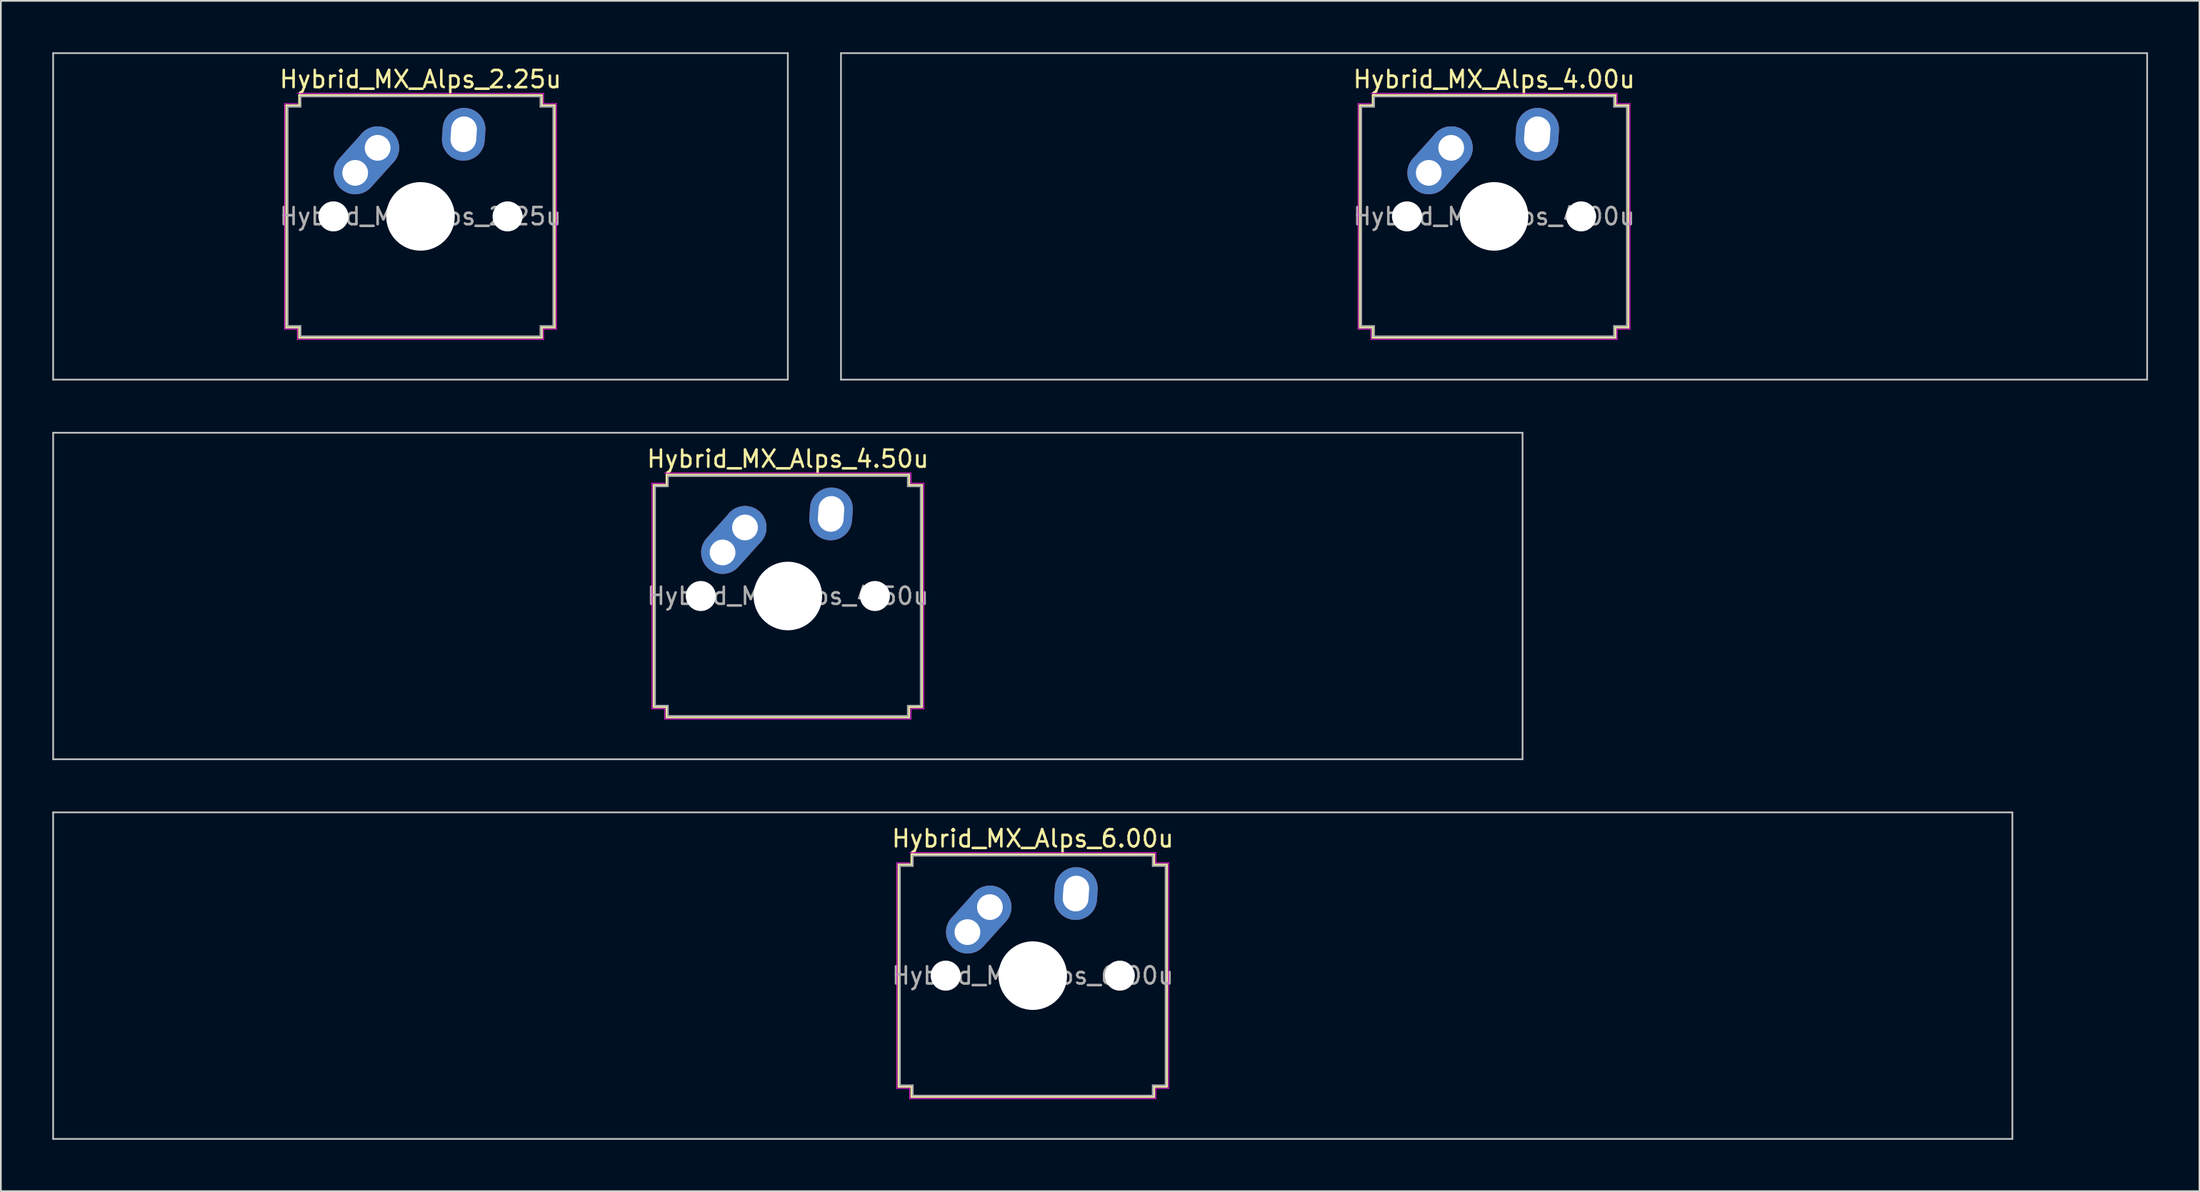
<source format=kicad_pcb>
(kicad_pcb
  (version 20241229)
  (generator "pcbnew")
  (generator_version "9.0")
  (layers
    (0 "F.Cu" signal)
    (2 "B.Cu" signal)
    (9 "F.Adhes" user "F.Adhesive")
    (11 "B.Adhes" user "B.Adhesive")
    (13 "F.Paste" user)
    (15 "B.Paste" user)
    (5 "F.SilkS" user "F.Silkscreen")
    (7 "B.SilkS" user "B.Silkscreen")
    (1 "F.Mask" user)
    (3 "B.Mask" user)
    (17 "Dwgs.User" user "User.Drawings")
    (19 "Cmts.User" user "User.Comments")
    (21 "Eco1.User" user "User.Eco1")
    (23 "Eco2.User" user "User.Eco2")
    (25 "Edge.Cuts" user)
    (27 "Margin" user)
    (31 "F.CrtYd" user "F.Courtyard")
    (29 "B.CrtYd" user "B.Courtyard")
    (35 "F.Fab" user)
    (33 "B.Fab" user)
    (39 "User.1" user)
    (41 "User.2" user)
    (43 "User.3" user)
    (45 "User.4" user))
  (footprint "Hybrid_MX_Alps_4.00u"
    (layer "F.Cu")
    (at 84.112 9.575)
    (property "Reference" "Hybrid_MX_Alps_4.00u" (at 0 -8 0) (layer "F.SilkS") (effects (font (size 1 1) (thickness 0.15))))
    (attr through_hole)
    (fp_line (start -7.821 -6.471) (end -7.071 -6.471) (stroke (width 0.12) (type solid)) (layer "F.SilkS"))
    (fp_line (start -7.821 6.471) (end -7.821 -6.471) (stroke (width 0.12) (type solid)) (layer "F.SilkS"))
    (fp_line (start -7.071 -7.071) (end 7.071 -7.071) (stroke (width 0.12) (type solid)) (layer "F.SilkS"))
    (fp_line (start -7.071 -6.471) (end -7.071 -7.071) (stroke (width 0.12) (type solid)) (layer "F.SilkS"))
    (fp_line (start -7.071 6.471) (end -7.821 6.471) (stroke (width 0.12) (type solid)) (layer "F.SilkS"))
    (fp_line (start -7.071 7.071) (end -7.071 6.471) (stroke (width 0.12) (type solid)) (layer "F.SilkS"))
    (fp_line (start 7.071 -7.071) (end 7.071 -6.471) (stroke (width 0.12) (type solid)) (layer "F.SilkS"))
    (fp_line (start 7.071 -6.471) (end 7.821 -6.471) (stroke (width 0.12) (type solid)) (layer "F.SilkS"))
    (fp_line (start 7.071 6.471) (end 7.071 7.071) (stroke (width 0.12) (type solid)) (layer "F.SilkS"))
    (fp_line (start 7.071 7.071) (end -7.071 7.071) (stroke (width 0.12) (type solid)) (layer "F.SilkS"))
    (fp_line (start 7.821 -6.471) (end 7.821 6.471) (stroke (width 0.12) (type solid)) (layer "F.SilkS"))
    (fp_line (start 7.821 6.471) (end 7.071 6.471) (stroke (width 0.12) (type solid)) (layer "F.SilkS"))
    (fp_line (start -38.1 -9.525) (end -38.1 9.525) (stroke (width 0.1) (type solid)) (layer "Dwgs.User"))
    (fp_line (start -38.1 9.525) (end 38.1 9.525) (stroke (width 0.1) (type solid)) (layer "Dwgs.User"))
    (fp_line (start 38.1 -9.525) (end -38.1 -9.525) (stroke (width 0.1) (type solid)) (layer "Dwgs.User"))
    (fp_line (start 38.1 9.525) (end 38.1 -9.525) (stroke (width 0.1) (type solid)) (layer "Dwgs.User"))
    (fp_line (start -7.927 -6.577) (end -7.177 -6.577) (stroke (width 0.05) (type solid)) (layer "F.CrtYd"))
    (fp_line (start -7.927 6.577) (end -7.927 -6.577) (stroke (width 0.05) (type solid)) (layer "F.CrtYd"))
    (fp_line (start -7.177 -7.177) (end 7.177 -7.177) (stroke (width 0.05) (type solid)) (layer "F.CrtYd"))
    (fp_line (start -7.177 6.577) (end -7.927 6.577) (stroke (width 0.05) (type solid)) (layer "F.CrtYd"))
    (fp_line (start -7.177 7.177) (end -7.177 6.577) (stroke (width 0.05) (type solid)) (layer "F.CrtYd"))
    (fp_line (start 7.177 -7.177) (end 7.177 -6.577) (stroke (width 0.05) (type solid)) (layer "F.CrtYd"))
    (fp_line (start 7.177 -6.577) (end 7.927 -6.577) (stroke (width 0.05) (type solid)) (layer "F.CrtYd"))
    (fp_line (start 7.177 6.577) (end 7.177 7.177) (stroke (width 0.05) (type solid)) (layer "F.CrtYd"))
    (fp_line (start 7.177 7.177) (end -7.177 7.177) (stroke (width 0.05) (type solid)) (layer "F.CrtYd"))
    (fp_line (start 7.927 -6.577) (end 7.927 6.577) (stroke (width 0.05) (type solid)) (layer "F.CrtYd"))
    (fp_line (start 7.927 6.577) (end 7.177 6.577) (stroke (width 0.05) (type solid)) (layer "F.CrtYd"))
    (fp_line (start -7.75 -6.4) (end -7 -6.4) (stroke (width 0.1) (type solid)) (layer "F.Fab"))
    (fp_line (start -7.75 6.4) (end -7.75 -6.4) (stroke (width 0.1) (type solid)) (layer "F.Fab"))
    (fp_line (start -7 -7) (end 7 -7) (stroke (width 0.1) (type solid)) (layer "F.Fab"))
    (fp_line (start -7 -6.4) (end -7 -7) (stroke (width 0.1) (type solid)) (layer "F.Fab"))
    (fp_line (start -7 6.4) (end -7.75 6.4) (stroke (width 0.1) (type solid)) (layer "F.Fab"))
    (fp_line (start -7 7) (end -7 6.4) (stroke (width 0.1) (type solid)) (layer "F.Fab"))
    (fp_line (start 7 -7) (end 7 -6.4) (stroke (width 0.1) (type solid)) (layer "F.Fab"))
    (fp_line (start 7 -6.4) (end 7.75 -6.4) (stroke (width 0.1) (type solid)) (layer "F.Fab"))
    (fp_line (start 7 6.4) (end 7 7) (stroke (width 0.1) (type solid)) (layer "F.Fab"))
    (fp_line (start 7 7) (end -7 7) (stroke (width 0.1) (type solid)) (layer "F.Fab"))
    (fp_line (start 7.75 -6.4) (end 7.75 6.4) (stroke (width 0.1) (type solid)) (layer "F.Fab"))
    (fp_line (start 7.75 6.4) (end 7 6.4) (stroke (width 0.1) (type solid)) (layer "F.Fab"))
    (fp_text user "${REFERENCE}" (at 0 0 0) (layer "F.Fab") (effects (font (size 1 1) (thickness 0.15))))
    (pad "" np_thru_hole circle (at -5.08 0) (size 1.75 1.75) (drill 1.75) (layers "*.Cu" "*.Mask"))
    (pad "" np_thru_hole circle (at 0 0) (size 4 4) (drill 4) (layers "*.Cu" "*.Mask"))
    (pad "" np_thru_hole circle (at 5.08 0) (size 1.75 1.75) (drill 1.75) (layers "*.Cu" "*.Mask"))
    (pad "1" thru_hole oval (at -3.81 -2.54 48) (size 4.462 2.5) (drill 1.5 (offset 0.981 0)) (layers "*.Cu" "*.Mask"))
    (pad "1" thru_hole circle (at -2.5 -4) (size 2.5 2.5) (drill 1.5) (layers "*.Cu" "*.Mask"))
    (pad "2" thru_hole oval (at 2.52 -4.79 86) (size 3.081 2.5) (drill oval 2.081 1.5) (layers "*.Cu" "*.Mask")))
  (footprint "Hybrid_MX_Alps_4.50u"
    (layer "F.Cu")
    (at 42.913 31.725)
    (property "Reference" "Hybrid_MX_Alps_4.50u" (at 0 -8 0) (layer "F.SilkS") (effects (font (size 1 1) (thickness 0.15))))
    (attr through_hole)
    (fp_line (start -7.821 -6.471) (end -7.071 -6.471) (stroke (width 0.12) (type solid)) (layer "F.SilkS"))
    (fp_line (start -7.821 6.471) (end -7.821 -6.471) (stroke (width 0.12) (type solid)) (layer "F.SilkS"))
    (fp_line (start -7.071 -7.071) (end 7.071 -7.071) (stroke (width 0.12) (type solid)) (layer "F.SilkS"))
    (fp_line (start -7.071 -6.471) (end -7.071 -7.071) (stroke (width 0.12) (type solid)) (layer "F.SilkS"))
    (fp_line (start -7.071 6.471) (end -7.821 6.471) (stroke (width 0.12) (type solid)) (layer "F.SilkS"))
    (fp_line (start -7.071 7.071) (end -7.071 6.471) (stroke (width 0.12) (type solid)) (layer "F.SilkS"))
    (fp_line (start 7.071 -7.071) (end 7.071 -6.471) (stroke (width 0.12) (type solid)) (layer "F.SilkS"))
    (fp_line (start 7.071 -6.471) (end 7.821 -6.471) (stroke (width 0.12) (type solid)) (layer "F.SilkS"))
    (fp_line (start 7.071 6.471) (end 7.071 7.071) (stroke (width 0.12) (type solid)) (layer "F.SilkS"))
    (fp_line (start 7.071 7.071) (end -7.071 7.071) (stroke (width 0.12) (type solid)) (layer "F.SilkS"))
    (fp_line (start 7.821 -6.471) (end 7.821 6.471) (stroke (width 0.12) (type solid)) (layer "F.SilkS"))
    (fp_line (start 7.821 6.471) (end 7.071 6.471) (stroke (width 0.12) (type solid)) (layer "F.SilkS"))
    (fp_line (start -42.862 -9.525) (end -42.862 9.525) (stroke (width 0.1) (type solid)) (layer "Dwgs.User"))
    (fp_line (start -42.862 9.525) (end 42.862 9.525) (stroke (width 0.1) (type solid)) (layer "Dwgs.User"))
    (fp_line (start 42.862 -9.525) (end -42.862 -9.525) (stroke (width 0.1) (type solid)) (layer "Dwgs.User"))
    (fp_line (start 42.862 9.525) (end 42.862 -9.525) (stroke (width 0.1) (type solid)) (layer "Dwgs.User"))
    (fp_line (start -7.927 -6.577) (end -7.177 -6.577) (stroke (width 0.05) (type solid)) (layer "F.CrtYd"))
    (fp_line (start -7.927 6.577) (end -7.927 -6.577) (stroke (width 0.05) (type solid)) (layer "F.CrtYd"))
    (fp_line (start -7.177 -7.177) (end 7.177 -7.177) (stroke (width 0.05) (type solid)) (layer "F.CrtYd"))
    (fp_line (start -7.177 6.577) (end -7.927 6.577) (stroke (width 0.05) (type solid)) (layer "F.CrtYd"))
    (fp_line (start -7.177 7.177) (end -7.177 6.577) (stroke (width 0.05) (type solid)) (layer "F.CrtYd"))
    (fp_line (start 7.177 -7.177) (end 7.177 -6.577) (stroke (width 0.05) (type solid)) (layer "F.CrtYd"))
    (fp_line (start 7.177 -6.577) (end 7.927 -6.577) (stroke (width 0.05) (type solid)) (layer "F.CrtYd"))
    (fp_line (start 7.177 6.577) (end 7.177 7.177) (stroke (width 0.05) (type solid)) (layer "F.CrtYd"))
    (fp_line (start 7.177 7.177) (end -7.177 7.177) (stroke (width 0.05) (type solid)) (layer "F.CrtYd"))
    (fp_line (start 7.927 -6.577) (end 7.927 6.577) (stroke (width 0.05) (type solid)) (layer "F.CrtYd"))
    (fp_line (start 7.927 6.577) (end 7.177 6.577) (stroke (width 0.05) (type solid)) (layer "F.CrtYd"))
    (fp_line (start -7.75 -6.4) (end -7 -6.4) (stroke (width 0.1) (type solid)) (layer "F.Fab"))
    (fp_line (start -7.75 6.4) (end -7.75 -6.4) (stroke (width 0.1) (type solid)) (layer "F.Fab"))
    (fp_line (start -7 -7) (end 7 -7) (stroke (width 0.1) (type solid)) (layer "F.Fab"))
    (fp_line (start -7 -6.4) (end -7 -7) (stroke (width 0.1) (type solid)) (layer "F.Fab"))
    (fp_line (start -7 6.4) (end -7.75 6.4) (stroke (width 0.1) (type solid)) (layer "F.Fab"))
    (fp_line (start -7 7) (end -7 6.4) (stroke (width 0.1) (type solid)) (layer "F.Fab"))
    (fp_line (start 7 -7) (end 7 -6.4) (stroke (width 0.1) (type solid)) (layer "F.Fab"))
    (fp_line (start 7 -6.4) (end 7.75 -6.4) (stroke (width 0.1) (type solid)) (layer "F.Fab"))
    (fp_line (start 7 6.4) (end 7 7) (stroke (width 0.1) (type solid)) (layer "F.Fab"))
    (fp_line (start 7 7) (end -7 7) (stroke (width 0.1) (type solid)) (layer "F.Fab"))
    (fp_line (start 7.75 -6.4) (end 7.75 6.4) (stroke (width 0.1) (type solid)) (layer "F.Fab"))
    (fp_line (start 7.75 6.4) (end 7 6.4) (stroke (width 0.1) (type solid)) (layer "F.Fab"))
    (fp_text user "${REFERENCE}" (at 0 0 0) (layer "F.Fab") (effects (font (size 1 1) (thickness 0.15))))
    (pad "" np_thru_hole circle (at -5.08 0) (size 1.75 1.75) (drill 1.75) (layers "*.Cu" "*.Mask"))
    (pad "" np_thru_hole circle (at 0 0) (size 4 4) (drill 4) (layers "*.Cu" "*.Mask"))
    (pad "" np_thru_hole circle (at 5.08 0) (size 1.75 1.75) (drill 1.75) (layers "*.Cu" "*.Mask"))
    (pad "1" thru_hole oval (at -3.81 -2.54 48) (size 4.462 2.5) (drill 1.5 (offset 0.981 0)) (layers "*.Cu" "*.Mask"))
    (pad "1" thru_hole circle (at -2.5 -4) (size 2.5 2.5) (drill 1.5) (layers "*.Cu" "*.Mask"))
    (pad "2" thru_hole oval (at 2.52 -4.79 86) (size 3.081 2.5) (drill oval 2.081 1.5) (layers "*.Cu" "*.Mask")))
  (footprint "Hybrid_MX_Alps_6.00u"
    (layer "F.Cu")
    (at 57.2 53.875)
    (property "Reference" "Hybrid_MX_Alps_6.00u" (at 0 -8 0) (layer "F.SilkS") (effects (font (size 1 1) (thickness 0.15))))
    (attr through_hole)
    (fp_line (start -7.821 -6.471) (end -7.071 -6.471) (stroke (width 0.12) (type solid)) (layer "F.SilkS"))
    (fp_line (start -7.821 6.471) (end -7.821 -6.471) (stroke (width 0.12) (type solid)) (layer "F.SilkS"))
    (fp_line (start -7.071 -7.071) (end 7.071 -7.071) (stroke (width 0.12) (type solid)) (layer "F.SilkS"))
    (fp_line (start -7.071 -6.471) (end -7.071 -7.071) (stroke (width 0.12) (type solid)) (layer "F.SilkS"))
    (fp_line (start -7.071 6.471) (end -7.821 6.471) (stroke (width 0.12) (type solid)) (layer "F.SilkS"))
    (fp_line (start -7.071 7.071) (end -7.071 6.471) (stroke (width 0.12) (type solid)) (layer "F.SilkS"))
    (fp_line (start 7.071 -7.071) (end 7.071 -6.471) (stroke (width 0.12) (type solid)) (layer "F.SilkS"))
    (fp_line (start 7.071 -6.471) (end 7.821 -6.471) (stroke (width 0.12) (type solid)) (layer "F.SilkS"))
    (fp_line (start 7.071 6.471) (end 7.071 7.071) (stroke (width 0.12) (type solid)) (layer "F.SilkS"))
    (fp_line (start 7.071 7.071) (end -7.071 7.071) (stroke (width 0.12) (type solid)) (layer "F.SilkS"))
    (fp_line (start 7.821 -6.471) (end 7.821 6.471) (stroke (width 0.12) (type solid)) (layer "F.SilkS"))
    (fp_line (start 7.821 6.471) (end 7.071 6.471) (stroke (width 0.12) (type solid)) (layer "F.SilkS"))
    (fp_line (start -57.15 -9.525) (end -57.15 9.525) (stroke (width 0.1) (type solid)) (layer "Dwgs.User"))
    (fp_line (start -57.15 9.525) (end 57.15 9.525) (stroke (width 0.1) (type solid)) (layer "Dwgs.User"))
    (fp_line (start 57.15 -9.525) (end -57.15 -9.525) (stroke (width 0.1) (type solid)) (layer "Dwgs.User"))
    (fp_line (start 57.15 9.525) (end 57.15 -9.525) (stroke (width 0.1) (type solid)) (layer "Dwgs.User"))
    (fp_line (start -7.927 -6.577) (end -7.177 -6.577) (stroke (width 0.05) (type solid)) (layer "F.CrtYd"))
    (fp_line (start -7.927 6.577) (end -7.927 -6.577) (stroke (width 0.05) (type solid)) (layer "F.CrtYd"))
    (fp_line (start -7.177 -7.177) (end 7.177 -7.177) (stroke (width 0.05) (type solid)) (layer "F.CrtYd"))
    (fp_line (start -7.177 6.577) (end -7.927 6.577) (stroke (width 0.05) (type solid)) (layer "F.CrtYd"))
    (fp_line (start -7.177 7.177) (end -7.177 6.577) (stroke (width 0.05) (type solid)) (layer "F.CrtYd"))
    (fp_line (start 7.177 -7.177) (end 7.177 -6.577) (stroke (width 0.05) (type solid)) (layer "F.CrtYd"))
    (fp_line (start 7.177 -6.577) (end 7.927 -6.577) (stroke (width 0.05) (type solid)) (layer "F.CrtYd"))
    (fp_line (start 7.177 6.577) (end 7.177 7.177) (stroke (width 0.05) (type solid)) (layer "F.CrtYd"))
    (fp_line (start 7.177 7.177) (end -7.177 7.177) (stroke (width 0.05) (type solid)) (layer "F.CrtYd"))
    (fp_line (start 7.927 -6.577) (end 7.927 6.577) (stroke (width 0.05) (type solid)) (layer "F.CrtYd"))
    (fp_line (start 7.927 6.577) (end 7.177 6.577) (stroke (width 0.05) (type solid)) (layer "F.CrtYd"))
    (fp_line (start -7.75 -6.4) (end -7 -6.4) (stroke (width 0.1) (type solid)) (layer "F.Fab"))
    (fp_line (start -7.75 6.4) (end -7.75 -6.4) (stroke (width 0.1) (type solid)) (layer "F.Fab"))
    (fp_line (start -7 -7) (end 7 -7) (stroke (width 0.1) (type solid)) (layer "F.Fab"))
    (fp_line (start -7 -6.4) (end -7 -7) (stroke (width 0.1) (type solid)) (layer "F.Fab"))
    (fp_line (start -7 6.4) (end -7.75 6.4) (stroke (width 0.1) (type solid)) (layer "F.Fab"))
    (fp_line (start -7 7) (end -7 6.4) (stroke (width 0.1) (type solid)) (layer "F.Fab"))
    (fp_line (start 7 -7) (end 7 -6.4) (stroke (width 0.1) (type solid)) (layer "F.Fab"))
    (fp_line (start 7 -6.4) (end 7.75 -6.4) (stroke (width 0.1) (type solid)) (layer "F.Fab"))
    (fp_line (start 7 6.4) (end 7 7) (stroke (width 0.1) (type solid)) (layer "F.Fab"))
    (fp_line (start 7 7) (end -7 7) (stroke (width 0.1) (type solid)) (layer "F.Fab"))
    (fp_line (start 7.75 -6.4) (end 7.75 6.4) (stroke (width 0.1) (type solid)) (layer "F.Fab"))
    (fp_line (start 7.75 6.4) (end 7 6.4) (stroke (width 0.1) (type solid)) (layer "F.Fab"))
    (fp_text user "${REFERENCE}" (at 0 0 0) (layer "F.Fab") (effects (font (size 1 1) (thickness 0.15))))
    (pad "" np_thru_hole circle (at -5.08 0) (size 1.75 1.75) (drill 1.75) (layers "*.Cu" "*.Mask"))
    (pad "" np_thru_hole circle (at 0 0) (size 4 4) (drill 4) (layers "*.Cu" "*.Mask"))
    (pad "" np_thru_hole circle (at 5.08 0) (size 1.75 1.75) (drill 1.75) (layers "*.Cu" "*.Mask"))
    (pad "1" thru_hole oval (at -3.81 -2.54 48) (size 4.462 2.5) (drill 1.5 (offset 0.981 0)) (layers "*.Cu" "*.Mask"))
    (pad "1" thru_hole circle (at -2.5 -4) (size 2.5 2.5) (drill 1.5) (layers "*.Cu" "*.Mask"))
    (pad "2" thru_hole oval (at 2.52 -4.79 86) (size 3.081 2.5) (drill oval 2.081 1.5) (layers "*.Cu" "*.Mask")))
  (footprint "Hybrid_MX_Alps_2.25u"
    (layer "F.Cu")
    (at 21.481 9.575)
    (property "Reference" "Hybrid_MX_Alps_2.25u" (at 0 -8 0) (layer "F.SilkS") (effects (font (size 1 1) (thickness 0.15))))
    (attr through_hole)
    (fp_line (start -7.821 -6.471) (end -7.071 -6.471) (stroke (width 0.12) (type solid)) (layer "F.SilkS"))
    (fp_line (start -7.821 6.471) (end -7.821 -6.471) (stroke (width 0.12) (type solid)) (layer "F.SilkS"))
    (fp_line (start -7.071 -7.071) (end 7.071 -7.071) (stroke (width 0.12) (type solid)) (layer "F.SilkS"))
    (fp_line (start -7.071 -6.471) (end -7.071 -7.071) (stroke (width 0.12) (type solid)) (layer "F.SilkS"))
    (fp_line (start -7.071 6.471) (end -7.821 6.471) (stroke (width 0.12) (type solid)) (layer "F.SilkS"))
    (fp_line (start -7.071 7.071) (end -7.071 6.471) (stroke (width 0.12) (type solid)) (layer "F.SilkS"))
    (fp_line (start 7.071 -7.071) (end 7.071 -6.471) (stroke (width 0.12) (type solid)) (layer "F.SilkS"))
    (fp_line (start 7.071 -6.471) (end 7.821 -6.471) (stroke (width 0.12) (type solid)) (layer "F.SilkS"))
    (fp_line (start 7.071 6.471) (end 7.071 7.071) (stroke (width 0.12) (type solid)) (layer "F.SilkS"))
    (fp_line (start 7.071 7.071) (end -7.071 7.071) (stroke (width 0.12) (type solid)) (layer "F.SilkS"))
    (fp_line (start 7.821 -6.471) (end 7.821 6.471) (stroke (width 0.12) (type solid)) (layer "F.SilkS"))
    (fp_line (start 7.821 6.471) (end 7.071 6.471) (stroke (width 0.12) (type solid)) (layer "F.SilkS"))
    (fp_line (start -21.431 -9.525) (end -21.431 9.525) (stroke (width 0.1) (type solid)) (layer "Dwgs.User"))
    (fp_line (start -21.431 9.525) (end 21.431 9.525) (stroke (width 0.1) (type solid)) (layer "Dwgs.User"))
    (fp_line (start 21.431 -9.525) (end -21.431 -9.525) (stroke (width 0.1) (type solid)) (layer "Dwgs.User"))
    (fp_line (start 21.431 9.525) (end 21.431 -9.525) (stroke (width 0.1) (type solid)) (layer "Dwgs.User"))
    (fp_line (start -7.927 -6.577) (end -7.177 -6.577) (stroke (width 0.05) (type solid)) (layer "F.CrtYd"))
    (fp_line (start -7.927 6.577) (end -7.927 -6.577) (stroke (width 0.05) (type solid)) (layer "F.CrtYd"))
    (fp_line (start -7.177 -7.177) (end 7.177 -7.177) (stroke (width 0.05) (type solid)) (layer "F.CrtYd"))
    (fp_line (start -7.177 6.577) (end -7.927 6.577) (stroke (width 0.05) (type solid)) (layer "F.CrtYd"))
    (fp_line (start -7.177 7.177) (end -7.177 6.577) (stroke (width 0.05) (type solid)) (layer "F.CrtYd"))
    (fp_line (start 7.177 -7.177) (end 7.177 -6.577) (stroke (width 0.05) (type solid)) (layer "F.CrtYd"))
    (fp_line (start 7.177 -6.577) (end 7.927 -6.577) (stroke (width 0.05) (type solid)) (layer "F.CrtYd"))
    (fp_line (start 7.177 6.577) (end 7.177 7.177) (stroke (width 0.05) (type solid)) (layer "F.CrtYd"))
    (fp_line (start 7.177 7.177) (end -7.177 7.177) (stroke (width 0.05) (type solid)) (layer "F.CrtYd"))
    (fp_line (start 7.927 -6.577) (end 7.927 6.577) (stroke (width 0.05) (type solid)) (layer "F.CrtYd"))
    (fp_line (start 7.927 6.577) (end 7.177 6.577) (stroke (width 0.05) (type solid)) (layer "F.CrtYd"))
    (fp_line (start -7.75 -6.4) (end -7 -6.4) (stroke (width 0.1) (type solid)) (layer "F.Fab"))
    (fp_line (start -7.75 6.4) (end -7.75 -6.4) (stroke (width 0.1) (type solid)) (layer "F.Fab"))
    (fp_line (start -7 -7) (end 7 -7) (stroke (width 0.1) (type solid)) (layer "F.Fab"))
    (fp_line (start -7 -6.4) (end -7 -7) (stroke (width 0.1) (type solid)) (layer "F.Fab"))
    (fp_line (start -7 6.4) (end -7.75 6.4) (stroke (width 0.1) (type solid)) (layer "F.Fab"))
    (fp_line (start -7 7) (end -7 6.4) (stroke (width 0.1) (type solid)) (layer "F.Fab"))
    (fp_line (start 7 -7) (end 7 -6.4) (stroke (width 0.1) (type solid)) (layer "F.Fab"))
    (fp_line (start 7 -6.4) (end 7.75 -6.4) (stroke (width 0.1) (type solid)) (layer "F.Fab"))
    (fp_line (start 7 6.4) (end 7 7) (stroke (width 0.1) (type solid)) (layer "F.Fab"))
    (fp_line (start 7 7) (end -7 7) (stroke (width 0.1) (type solid)) (layer "F.Fab"))
    (fp_line (start 7.75 -6.4) (end 7.75 6.4) (stroke (width 0.1) (type solid)) (layer "F.Fab"))
    (fp_line (start 7.75 6.4) (end 7 6.4) (stroke (width 0.1) (type solid)) (layer "F.Fab"))
    (fp_text user "${REFERENCE}" (at 0 0 0) (layer "F.Fab") (effects (font (size 1 1) (thickness 0.15))))
    (pad "" np_thru_hole circle (at -5.08 0) (size 1.75 1.75) (drill 1.75) (layers "*.Cu" "*.Mask"))
    (pad "" np_thru_hole circle (at 0 0) (size 4 4) (drill 4) (layers "*.Cu" "*.Mask"))
    (pad "" np_thru_hole circle (at 5.08 0) (size 1.75 1.75) (drill 1.75) (layers "*.Cu" "*.Mask"))
    (pad "1" thru_hole oval (at -3.81 -2.54 48) (size 4.462 2.5) (drill 1.5 (offset 0.981 0)) (layers "*.Cu" "*.Mask"))
    (pad "1" thru_hole circle (at -2.5 -4) (size 2.5 2.5) (drill 1.5) (layers "*.Cu" "*.Mask"))
    (pad "2" thru_hole oval (at 2.52 -4.79 86) (size 3.081 2.5) (drill oval 2.081 1.5) (layers "*.Cu" "*.Mask")))
  (gr_rect
    (start -3 -3)
    (end 125.263 66.45)
    (stroke (width 0.1) (type default))
    (fill no)
    (layer "Edge.Cuts")))
</source>
